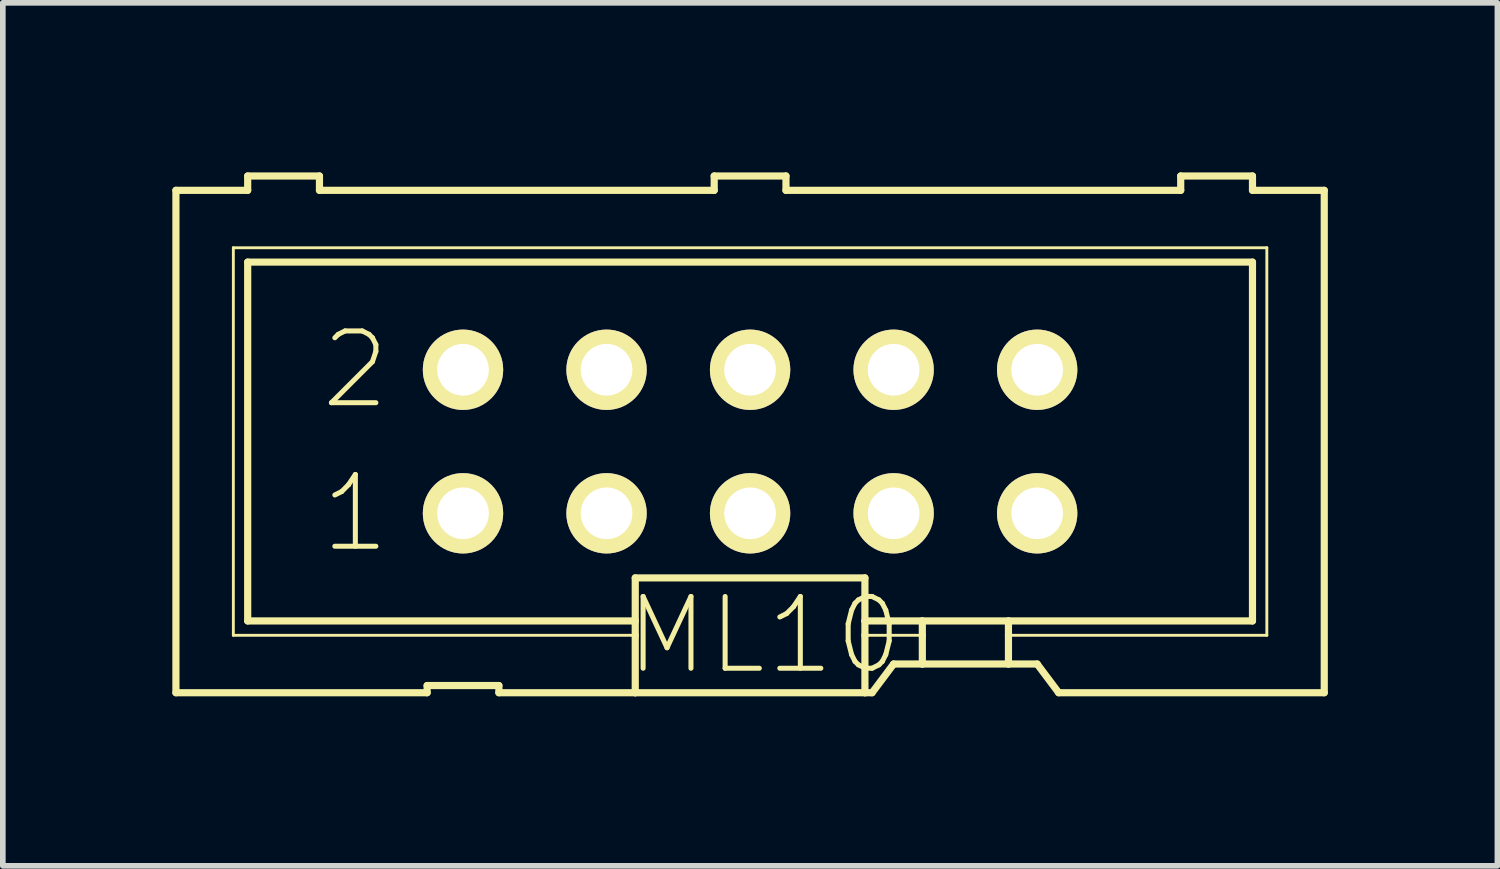
<source format=kicad_pcb>
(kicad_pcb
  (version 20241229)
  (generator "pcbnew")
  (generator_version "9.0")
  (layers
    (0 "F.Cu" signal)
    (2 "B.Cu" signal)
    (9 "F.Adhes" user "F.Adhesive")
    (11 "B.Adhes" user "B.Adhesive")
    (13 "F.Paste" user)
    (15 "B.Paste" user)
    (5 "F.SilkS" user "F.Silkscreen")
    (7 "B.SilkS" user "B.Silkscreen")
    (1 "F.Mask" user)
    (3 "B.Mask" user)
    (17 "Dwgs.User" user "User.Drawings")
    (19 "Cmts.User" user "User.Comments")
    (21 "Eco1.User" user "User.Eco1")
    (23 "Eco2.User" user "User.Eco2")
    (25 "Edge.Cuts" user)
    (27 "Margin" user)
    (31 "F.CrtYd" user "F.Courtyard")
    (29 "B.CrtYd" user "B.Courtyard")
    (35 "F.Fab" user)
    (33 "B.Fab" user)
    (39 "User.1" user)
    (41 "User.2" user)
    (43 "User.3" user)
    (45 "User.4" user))
  (footprint "ML10"
    (layer "F.Cu")
    (at 10.223 4.763)
    (property "Reference" "ML10" (at 0.254 3.429 0) (layer "F.SilkS") (effects (font (size 1.27 1.27) (thickness 0.089))))
    (attr exclude_from_pos_files exclude_from_bom)
    (fp_line (start -10.16 -4.445) (end -10.16 4.445) (stroke (width 0.127) (type solid)) (layer "F.SilkS"))
    (fp_line (start -10.16 -4.445) (end -8.89 -4.445) (stroke (width 0.127) (type solid)) (layer "F.SilkS"))
    (fp_line (start -9.144 -3.429) (end -9.144 3.429) (stroke (width 0.051) (type solid)) (layer "F.SilkS"))
    (fp_line (start -9.144 3.429) (end -2.032 3.429) (stroke (width 0.051) (type solid)) (layer "F.SilkS"))
    (fp_line (start -8.89 -4.699) (end -8.89 -4.445) (stroke (width 0.127) (type solid)) (layer "F.SilkS"))
    (fp_line (start -8.89 -3.175) (end -8.89 3.175) (stroke (width 0.127) (type solid)) (layer "F.SilkS"))
    (fp_line (start -8.89 -3.175) (end 8.89 -3.175) (stroke (width 0.127) (type solid)) (layer "F.SilkS"))
    (fp_line (start -7.62 -4.699) (end -8.89 -4.699) (stroke (width 0.127) (type solid)) (layer "F.SilkS"))
    (fp_line (start -7.62 -4.699) (end -7.62 -4.445) (stroke (width 0.127) (type solid)) (layer "F.SilkS"))
    (fp_line (start -7.62 -4.445) (end -0.635 -4.445) (stroke (width 0.127) (type solid)) (layer "F.SilkS"))
    (fp_line (start -5.715 4.445) (end -10.16 4.445) (stroke (width 0.127) (type solid)) (layer "F.SilkS"))
    (fp_line (start -5.715 4.445) (end -5.715 4.318) (stroke (width 0.127) (type solid)) (layer "F.SilkS"))
    (fp_line (start -5.334 -1.524) (end -4.826 -1.524) (stroke (width 0.066) (type solid)) (layer "F.SilkS"))
    (fp_line (start -5.334 -1.016) (end -5.334 -1.524) (stroke (width 0.066) (type solid)) (layer "F.SilkS"))
    (fp_line (start -5.334 -1.016) (end -4.826 -1.016) (stroke (width 0.066) (type solid)) (layer "F.SilkS"))
    (fp_line (start -5.334 1.016) (end -4.826 1.016) (stroke (width 0.066) (type solid)) (layer "F.SilkS"))
    (fp_line (start -5.334 1.524) (end -5.334 1.016) (stroke (width 0.066) (type solid)) (layer "F.SilkS"))
    (fp_line (start -5.334 1.524) (end -4.826 1.524) (stroke (width 0.066) (type solid)) (layer "F.SilkS"))
    (fp_line (start -4.826 -1.016) (end -4.826 -1.524) (stroke (width 0.066) (type solid)) (layer "F.SilkS"))
    (fp_line (start -4.826 1.524) (end -4.826 1.016) (stroke (width 0.066) (type solid)) (layer "F.SilkS"))
    (fp_line (start -4.445 4.318) (end -5.715 4.318) (stroke (width 0.127) (type solid)) (layer "F.SilkS"))
    (fp_line (start -4.445 4.318) (end -4.445 4.445) (stroke (width 0.127) (type solid)) (layer "F.SilkS"))
    (fp_line (start -2.794 -1.524) (end -2.286 -1.524) (stroke (width 0.066) (type solid)) (layer "F.SilkS"))
    (fp_line (start -2.794 -1.016) (end -2.794 -1.524) (stroke (width 0.066) (type solid)) (layer "F.SilkS"))
    (fp_line (start -2.794 -1.016) (end -2.286 -1.016) (stroke (width 0.066) (type solid)) (layer "F.SilkS"))
    (fp_line (start -2.794 1.016) (end -2.286 1.016) (stroke (width 0.066) (type solid)) (layer "F.SilkS"))
    (fp_line (start -2.794 1.524) (end -2.794 1.016) (stroke (width 0.066) (type solid)) (layer "F.SilkS"))
    (fp_line (start -2.794 1.524) (end -2.286 1.524) (stroke (width 0.066) (type solid)) (layer "F.SilkS"))
    (fp_line (start -2.286 -1.016) (end -2.286 -1.524) (stroke (width 0.066) (type solid)) (layer "F.SilkS"))
    (fp_line (start -2.286 1.524) (end -2.286 1.016) (stroke (width 0.066) (type solid)) (layer "F.SilkS"))
    (fp_line (start -2.032 3.175) (end -8.89 3.175) (stroke (width 0.127) (type solid)) (layer "F.SilkS"))
    (fp_line (start -2.032 3.175) (end -2.032 2.413) (stroke (width 0.127) (type solid)) (layer "F.SilkS"))
    (fp_line (start -2.032 3.175) (end -2.032 3.429) (stroke (width 0.127) (type solid)) (layer "F.SilkS"))
    (fp_line (start -2.032 3.429) (end -2.032 4.445) (stroke (width 0.127) (type solid)) (layer "F.SilkS"))
    (fp_line (start -2.032 4.445) (end -4.445 4.445) (stroke (width 0.127) (type solid)) (layer "F.SilkS"))
    (fp_line (start -0.635 -4.699) (end -0.635 -4.445) (stroke (width 0.127) (type solid)) (layer "F.SilkS"))
    (fp_line (start -0.254 -1.524) (end 0.254 -1.524) (stroke (width 0.066) (type solid)) (layer "F.SilkS"))
    (fp_line (start -0.254 -1.016) (end -0.254 -1.524) (stroke (width 0.066) (type solid)) (layer "F.SilkS"))
    (fp_line (start -0.254 -1.016) (end 0.254 -1.016) (stroke (width 0.066) (type solid)) (layer "F.SilkS"))
    (fp_line (start -0.254 1.016) (end 0.254 1.016) (stroke (width 0.066) (type solid)) (layer "F.SilkS"))
    (fp_line (start -0.254 1.524) (end -0.254 1.016) (stroke (width 0.066) (type solid)) (layer "F.SilkS"))
    (fp_line (start -0.254 1.524) (end 0.254 1.524) (stroke (width 0.066) (type solid)) (layer "F.SilkS"))
    (fp_line (start 0.254 -1.016) (end 0.254 -1.524) (stroke (width 0.066) (type solid)) (layer "F.SilkS"))
    (fp_line (start 0.254 1.524) (end 0.254 1.016) (stroke (width 0.066) (type solid)) (layer "F.SilkS"))
    (fp_line (start 0.635 -4.699) (end -0.635 -4.699) (stroke (width 0.127) (type solid)) (layer "F.SilkS"))
    (fp_line (start 0.635 -4.699) (end 0.635 -4.445) (stroke (width 0.127) (type solid)) (layer "F.SilkS"))
    (fp_line (start 0.635 -4.445) (end 7.62 -4.445) (stroke (width 0.127) (type solid)) (layer "F.SilkS"))
    (fp_line (start 2.032 2.413) (end -2.032 2.413) (stroke (width 0.127) (type solid)) (layer "F.SilkS"))
    (fp_line (start 2.032 2.413) (end 2.032 3.175) (stroke (width 0.127) (type solid)) (layer "F.SilkS"))
    (fp_line (start 2.032 3.175) (end 2.032 3.429) (stroke (width 0.127) (type solid)) (layer "F.SilkS"))
    (fp_line (start 2.032 3.429) (end 2.032 4.445) (stroke (width 0.127) (type solid)) (layer "F.SilkS"))
    (fp_line (start 2.032 4.445) (end -2.032 4.445) (stroke (width 0.127) (type solid)) (layer "F.SilkS"))
    (fp_line (start 2.159 4.445) (end 2.032 4.445) (stroke (width 0.127) (type solid)) (layer "F.SilkS"))
    (fp_line (start 2.159 4.445) (end 2.54 3.937) (stroke (width 0.127) (type solid)) (layer "F.SilkS"))
    (fp_line (start 2.286 -1.524) (end 2.794 -1.524) (stroke (width 0.066) (type solid)) (layer "F.SilkS"))
    (fp_line (start 2.286 -1.016) (end 2.286 -1.524) (stroke (width 0.066) (type solid)) (layer "F.SilkS"))
    (fp_line (start 2.286 -1.016) (end 2.794 -1.016) (stroke (width 0.066) (type solid)) (layer "F.SilkS"))
    (fp_line (start 2.286 1.016) (end 2.794 1.016) (stroke (width 0.066) (type solid)) (layer "F.SilkS"))
    (fp_line (start 2.286 1.524) (end 2.286 1.016) (stroke (width 0.066) (type solid)) (layer "F.SilkS"))
    (fp_line (start 2.286 1.524) (end 2.794 1.524) (stroke (width 0.066) (type solid)) (layer "F.SilkS"))
    (fp_line (start 2.794 -1.016) (end 2.794 -1.524) (stroke (width 0.066) (type solid)) (layer "F.SilkS"))
    (fp_line (start 2.794 1.524) (end 2.794 1.016) (stroke (width 0.066) (type solid)) (layer "F.SilkS"))
    (fp_line (start 3.048 3.175) (end 2.032 3.175) (stroke (width 0.127) (type solid)) (layer "F.SilkS"))
    (fp_line (start 3.048 3.175) (end 3.048 3.429) (stroke (width 0.127) (type solid)) (layer "F.SilkS"))
    (fp_line (start 3.048 3.429) (end 2.032 3.429) (stroke (width 0.051) (type solid)) (layer "F.SilkS"))
    (fp_line (start 3.048 3.429) (end 3.048 3.937) (stroke (width 0.127) (type solid)) (layer "F.SilkS"))
    (fp_line (start 3.048 3.937) (end 2.54 3.937) (stroke (width 0.127) (type solid)) (layer "F.SilkS"))
    (fp_line (start 4.572 3.175) (end 3.048 3.175) (stroke (width 0.127) (type solid)) (layer "F.SilkS"))
    (fp_line (start 4.572 3.175) (end 4.572 3.429) (stroke (width 0.127) (type solid)) (layer "F.SilkS"))
    (fp_line (start 4.572 3.429) (end 4.572 3.937) (stroke (width 0.127) (type solid)) (layer "F.SilkS"))
    (fp_line (start 4.572 3.429) (end 9.144 3.429) (stroke (width 0.051) (type solid)) (layer "F.SilkS"))
    (fp_line (start 4.572 3.937) (end 3.048 3.937) (stroke (width 0.127) (type solid)) (layer "F.SilkS"))
    (fp_line (start 4.826 -1.524) (end 5.334 -1.524) (stroke (width 0.066) (type solid)) (layer "F.SilkS"))
    (fp_line (start 4.826 -1.016) (end 4.826 -1.524) (stroke (width 0.066) (type solid)) (layer "F.SilkS"))
    (fp_line (start 4.826 -1.016) (end 5.334 -1.016) (stroke (width 0.066) (type solid)) (layer "F.SilkS"))
    (fp_line (start 4.826 1.016) (end 5.334 1.016) (stroke (width 0.066) (type solid)) (layer "F.SilkS"))
    (fp_line (start 4.826 1.524) (end 4.826 1.016) (stroke (width 0.066) (type solid)) (layer "F.SilkS"))
    (fp_line (start 4.826 1.524) (end 5.334 1.524) (stroke (width 0.066) (type solid)) (layer "F.SilkS"))
    (fp_line (start 5.08 3.937) (end 4.572 3.937) (stroke (width 0.127) (type solid)) (layer "F.SilkS"))
    (fp_line (start 5.08 3.937) (end 5.461 4.445) (stroke (width 0.127) (type solid)) (layer "F.SilkS"))
    (fp_line (start 5.334 -1.016) (end 5.334 -1.524) (stroke (width 0.066) (type solid)) (layer "F.SilkS"))
    (fp_line (start 5.334 1.524) (end 5.334 1.016) (stroke (width 0.066) (type solid)) (layer "F.SilkS"))
    (fp_line (start 7.62 -4.445) (end 7.62 -4.699) (stroke (width 0.127) (type solid)) (layer "F.SilkS"))
    (fp_line (start 8.89 -4.699) (end 7.62 -4.699) (stroke (width 0.127) (type solid)) (layer "F.SilkS"))
    (fp_line (start 8.89 -4.445) (end 8.89 -4.699) (stroke (width 0.127) (type solid)) (layer "F.SilkS"))
    (fp_line (start 8.89 -4.445) (end 10.16 -4.445) (stroke (width 0.127) (type solid)) (layer "F.SilkS"))
    (fp_line (start 8.89 3.175) (end 4.572 3.175) (stroke (width 0.127) (type solid)) (layer "F.SilkS"))
    (fp_line (start 8.89 3.175) (end 8.89 -3.175) (stroke (width 0.127) (type solid)) (layer "F.SilkS"))
    (fp_line (start 9.144 -3.429) (end -9.144 -3.429) (stroke (width 0.051) (type solid)) (layer "F.SilkS"))
    (fp_line (start 9.144 3.429) (end 9.144 -3.429) (stroke (width 0.051) (type solid)) (layer "F.SilkS"))
    (fp_line (start 10.16 4.445) (end 5.461 4.445) (stroke (width 0.127) (type solid)) (layer "F.SilkS"))
    (fp_line (start 10.16 4.445) (end 10.16 -4.445) (stroke (width 0.127) (type solid)) (layer "F.SilkS"))
    (fp_text user "2" (at -6.985 -1.27 0) (layer "F.SilkS") (effects (font (size 1.27 1.27) (thickness 0.089))))
    (fp_text user "1" (at -6.985 1.27 0) (layer "F.SilkS") (effects (font (size 1.27 1.27) (thickness 0.089))))
    (pad "1" thru_hole circle (at -5.08 1.27) (size 1.422 1.422) (drill 0.914) (layers "*.Cu" "F.Mask" "F.SilkS" "F.Paste"))
    (pad "2" thru_hole circle (at -5.08 -1.27) (size 1.422 1.422) (drill 0.914) (layers "*.Cu" "F.Mask" "F.SilkS" "F.Paste"))
    (pad "3" thru_hole circle (at -2.54 1.27) (size 1.422 1.422) (drill 0.914) (layers "*.Cu" "F.Mask" "F.SilkS" "F.Paste"))
    (pad "4" thru_hole circle (at -2.54 -1.27) (size 1.422 1.422) (drill 0.914) (layers "*.Cu" "F.Mask" "F.SilkS" "F.Paste"))
    (pad "5" thru_hole circle (at 0 1.27) (size 1.422 1.422) (drill 0.914) (layers "*.Cu" "F.Mask" "F.SilkS" "F.Paste"))
    (pad "6" thru_hole circle (at 0 -1.27) (size 1.422 1.422) (drill 0.914) (layers "*.Cu" "F.Mask" "F.SilkS" "F.Paste"))
    (pad "7" thru_hole circle (at 2.54 1.27) (size 1.422 1.422) (drill 0.914) (layers "*.Cu" "F.Mask" "F.SilkS" "F.Paste"))
    (pad "8" thru_hole circle (at 2.54 -1.27) (size 1.422 1.422) (drill 0.914) (layers "*.Cu" "F.Mask" "F.SilkS" "F.Paste"))
    (pad "9" thru_hole circle (at 5.08 1.27) (size 1.422 1.422) (drill 0.914) (layers "*.Cu" "F.Mask" "F.SilkS" "F.Paste"))
    (pad "10" thru_hole circle (at 5.08 -1.27) (size 1.422 1.422) (drill 0.914) (layers "*.Cu" "F.Mask" "F.SilkS" "F.Paste")))
  (gr_rect
    (start -3 -3)
    (end 23.447 12.271)
    (stroke (width 0.1) (type default))
    (fill no)
    (layer "Edge.Cuts")))
</source>
